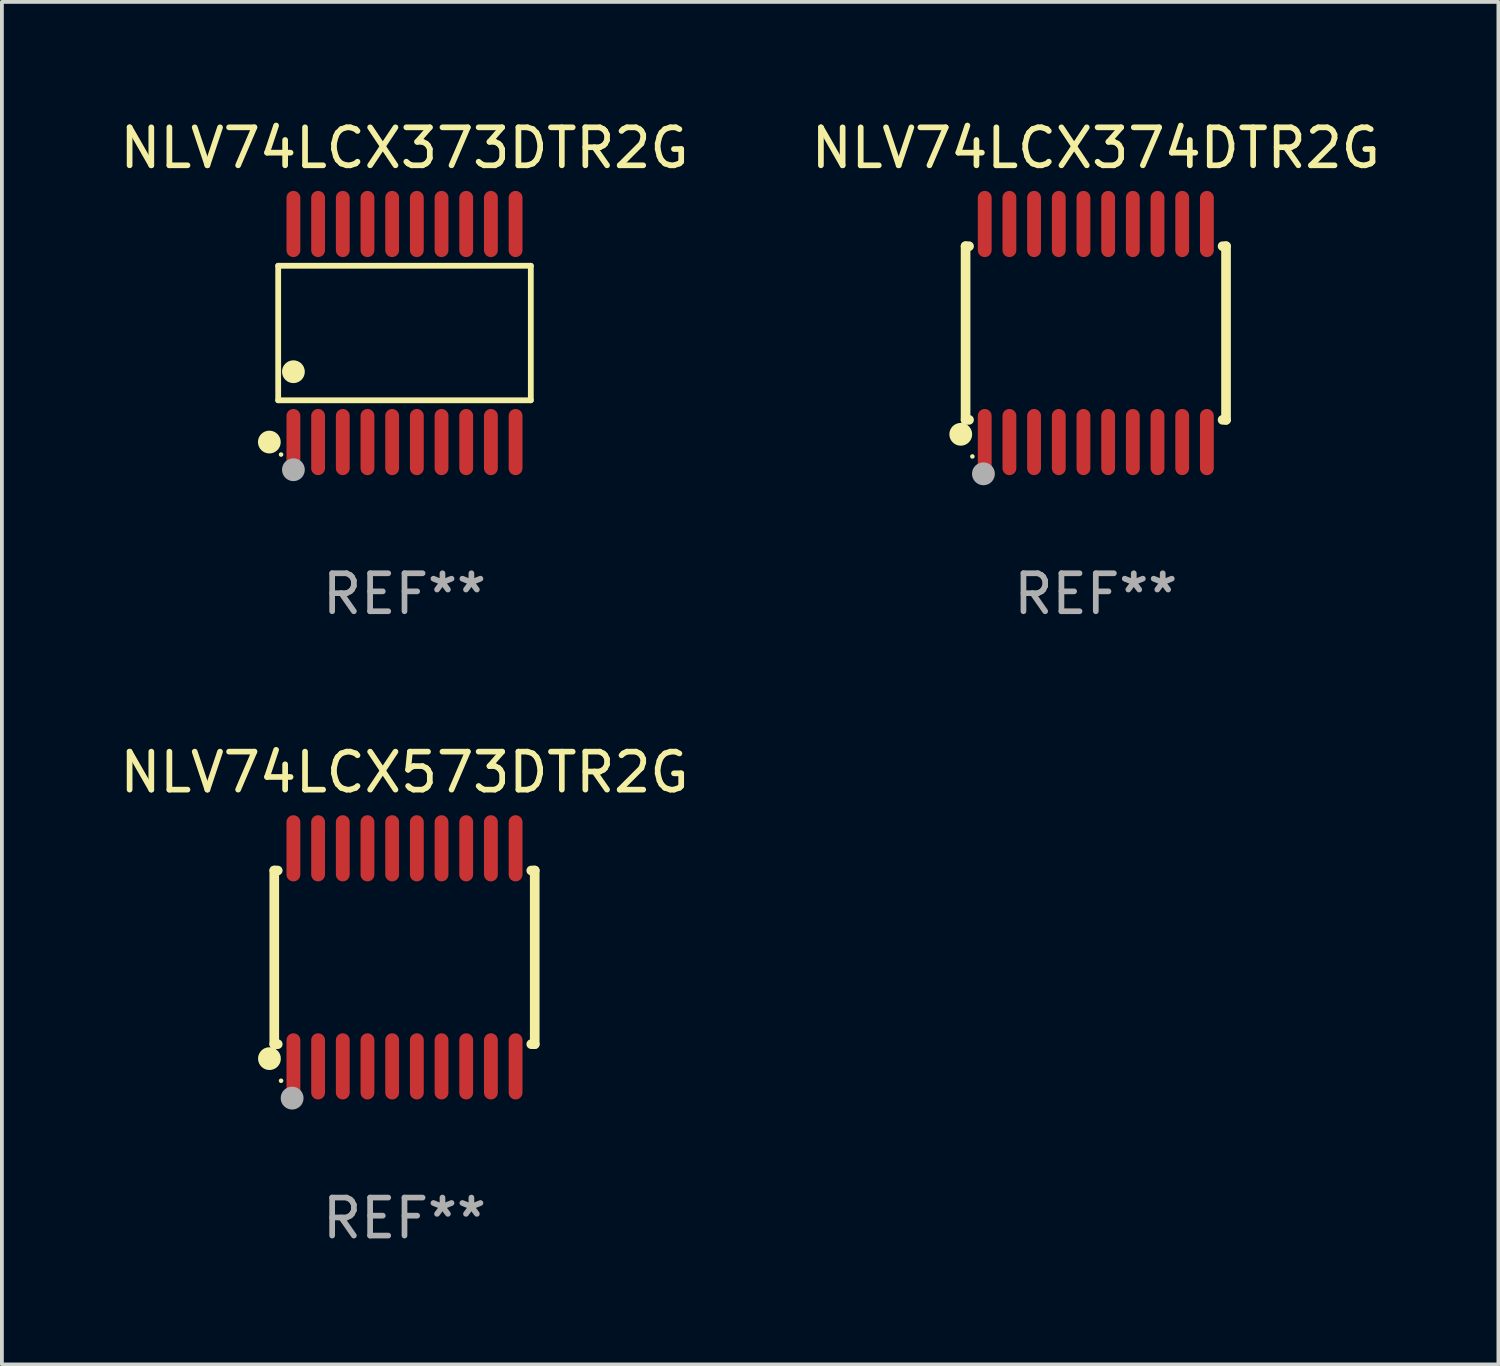
<source format=kicad_pcb>
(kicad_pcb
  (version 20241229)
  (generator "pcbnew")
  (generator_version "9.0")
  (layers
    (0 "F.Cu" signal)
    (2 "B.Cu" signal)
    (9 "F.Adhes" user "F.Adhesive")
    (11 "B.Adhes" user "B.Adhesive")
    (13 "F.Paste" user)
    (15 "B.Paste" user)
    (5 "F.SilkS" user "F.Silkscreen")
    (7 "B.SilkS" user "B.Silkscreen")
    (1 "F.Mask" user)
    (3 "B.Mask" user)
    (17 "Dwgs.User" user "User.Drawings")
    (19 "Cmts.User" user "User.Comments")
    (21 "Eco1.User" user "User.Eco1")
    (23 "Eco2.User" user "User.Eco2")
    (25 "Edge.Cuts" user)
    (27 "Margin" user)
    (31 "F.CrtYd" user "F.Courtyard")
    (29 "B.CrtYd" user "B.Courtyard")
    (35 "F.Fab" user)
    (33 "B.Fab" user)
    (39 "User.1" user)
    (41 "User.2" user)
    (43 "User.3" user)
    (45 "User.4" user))
  (footprint "NLV74LCX374DTR2G"
    (layer "F.Cu")
    (at 25.804 5.719)
    (property "Reference" "NLV74LCX374DTR2G" (at 0 -4.871 0) (layer "F.SilkS") (effects (font (size 1 1) (thickness 0.15))))
    (attr through_hole)
    (fp_line (start -3.429 -2.286) (end -3.429 2.286) (stroke (width 0.254) (type solid)) (layer "F.SilkS"))
    (fp_line (start -3.429 2.286) (end -3.338 2.286) (stroke (width 0.254) (type solid)) (layer "F.SilkS"))
    (fp_line (start -3.338 -2.286) (end -3.429 -2.286) (stroke (width 0.254) (type solid)) (layer "F.SilkS"))
    (fp_line (start 3.338 -2.286) (end 3.429 -2.286) (stroke (width 0.254) (type solid)) (layer "F.SilkS"))
    (fp_line (start 3.429 -2.286) (end 3.429 2.286) (stroke (width 0.254) (type solid)) (layer "F.SilkS"))
    (fp_line (start 3.429 2.286) (end 3.338 2.286) (stroke (width 0.254) (type solid)) (layer "F.SilkS"))
    (fp_circle (center -3.556 2.667) (end -3.406 2.667) (stroke (width 0.3) (type solid)) (fill no) (layer "F.SilkS"))
    (fp_circle (center -3.25 3.25) (end -3.22 3.25) (stroke (width 0.06) (type solid)) (fill no) (layer "F.SilkS"))
    (fp_circle (center -2.959 3.707) (end -2.808 3.707) (stroke (width 0.3) (type solid)) (fill no) (layer "F.Fab"))
    (fp_text user "REF**" (at 0 6.871 0) (layer "F.Fab") (effects (font (size 1 1) (thickness 0.15))))
    (pad "1" smd oval (at -2.925 2.871) (size 0.364 1.742) (layers "F.Cu" "F.Mask" "F.Paste"))
    (pad "2" smd oval (at -2.275 2.871) (size 0.364 1.742) (layers "F.Cu" "F.Mask" "F.Paste"))
    (pad "3" smd oval (at -1.625 2.871) (size 0.364 1.742) (layers "F.Cu" "F.Mask" "F.Paste"))
    (pad "4" smd oval (at -0.975 2.871) (size 0.364 1.742) (layers "F.Cu" "F.Mask" "F.Paste"))
    (pad "5" smd oval (at -0.325 2.871) (size 0.364 1.742) (layers "F.Cu" "F.Mask" "F.Paste"))
    (pad "6" smd oval (at 0.325 2.871) (size 0.364 1.742) (layers "F.Cu" "F.Mask" "F.Paste"))
    (pad "7" smd oval (at 0.975 2.871) (size 0.364 1.742) (layers "F.Cu" "F.Mask" "F.Paste"))
    (pad "8" smd oval (at 1.625 2.871) (size 0.364 1.742) (layers "F.Cu" "F.Mask" "F.Paste"))
    (pad "9" smd oval (at 2.275 2.871) (size 0.364 1.742) (layers "F.Cu" "F.Mask" "F.Paste"))
    (pad "10" smd oval (at 2.925 2.871) (size 0.364 1.742) (layers "F.Cu" "F.Mask" "F.Paste"))
    (pad "11" smd oval (at 2.925 -2.871) (size 0.364 1.742) (layers "F.Cu" "F.Mask" "F.Paste"))
    (pad "12" smd oval (at 2.275 -2.871) (size 0.364 1.742) (layers "F.Cu" "F.Mask" "F.Paste"))
    (pad "13" smd oval (at 1.625 -2.871) (size 0.364 1.742) (layers "F.Cu" "F.Mask" "F.Paste"))
    (pad "14" smd oval (at 0.975 -2.871) (size 0.364 1.742) (layers "F.Cu" "F.Mask" "F.Paste"))
    (pad "15" smd oval (at 0.325 -2.871) (size 0.364 1.742) (layers "F.Cu" "F.Mask" "F.Paste"))
    (pad "16" smd oval (at -0.325 -2.871) (size 0.364 1.742) (layers "F.Cu" "F.Mask" "F.Paste"))
    (pad "17" smd oval (at -0.975 -2.871) (size 0.364 1.742) (layers "F.Cu" "F.Mask" "F.Paste"))
    (pad "18" smd oval (at -1.625 -2.871) (size 0.364 1.742) (layers "F.Cu" "F.Mask" "F.Paste"))
    (pad "19" smd oval (at -2.275 -2.871) (size 0.364 1.742) (layers "F.Cu" "F.Mask" "F.Paste"))
    (pad "20" smd oval (at -2.925 -2.871) (size 0.364 1.742) (layers "F.Cu" "F.Mask" "F.Paste")))
  (footprint "NLV74LCX373DTR2G"
    (layer "F.Cu")
    (at 7.601 5.719)
    (property "Reference" "NLV74LCX373DTR2G" (at 0 -4.871 0) (layer "F.SilkS") (effects (font (size 1 1) (thickness 0.15))))
    (attr through_hole)
    (fp_line (start -3.326 -1.771) (end 3.326 -1.771) (stroke (width 0.152) (type solid)) (layer "F.SilkS"))
    (fp_line (start -3.326 1.771) (end -3.326 -1.771) (stroke (width 0.152) (type solid)) (layer "F.SilkS"))
    (fp_line (start 3.326 -1.771) (end 3.326 1.771) (stroke (width 0.152) (type solid)) (layer "F.SilkS"))
    (fp_line (start 3.326 1.771) (end -3.326 1.771) (stroke (width 0.152) (type solid)) (layer "F.SilkS"))
    (fp_circle (center -3.559 2.871) (end -3.409 2.871) (stroke (width 0.3) (type solid)) (fill no) (layer "F.SilkS"))
    (fp_circle (center -3.25 3.2) (end -3.22 3.2) (stroke (width 0.06) (type solid)) (fill no) (layer "F.SilkS"))
    (fp_circle (center -2.925 1.019) (end -2.775 1.019) (stroke (width 0.3) (type solid)) (fill no) (layer "F.SilkS"))
    (fp_circle (center -2.925 3.6) (end -2.775 3.6) (stroke (width 0.3) (type solid)) (fill no) (layer "F.Fab"))
    (fp_text user "REF**" (at 0 6.871 0) (layer "F.Fab") (effects (font (size 1 1) (thickness 0.15))))
    (pad "1" smd oval (at -2.925 2.871) (size 0.364 1.742) (layers "F.Cu" "F.Mask" "F.Paste"))
    (pad "2" smd oval (at -2.275 2.871) (size 0.364 1.742) (layers "F.Cu" "F.Mask" "F.Paste"))
    (pad "3" smd oval (at -1.625 2.871) (size 0.364 1.742) (layers "F.Cu" "F.Mask" "F.Paste"))
    (pad "4" smd oval (at -0.975 2.871) (size 0.364 1.742) (layers "F.Cu" "F.Mask" "F.Paste"))
    (pad "5" smd oval (at -0.325 2.871) (size 0.364 1.742) (layers "F.Cu" "F.Mask" "F.Paste"))
    (pad "6" smd oval (at 0.325 2.871) (size 0.364 1.742) (layers "F.Cu" "F.Mask" "F.Paste"))
    (pad "7" smd oval (at 0.975 2.871) (size 0.364 1.742) (layers "F.Cu" "F.Mask" "F.Paste"))
    (pad "8" smd oval (at 1.625 2.871) (size 0.364 1.742) (layers "F.Cu" "F.Mask" "F.Paste"))
    (pad "9" smd oval (at 2.275 2.871) (size 0.364 1.742) (layers "F.Cu" "F.Mask" "F.Paste"))
    (pad "10" smd oval (at 2.925 2.871) (size 0.364 1.742) (layers "F.Cu" "F.Mask" "F.Paste"))
    (pad "11" smd oval (at 2.925 -2.871) (size 0.364 1.742) (layers "F.Cu" "F.Mask" "F.Paste"))
    (pad "12" smd oval (at 2.275 -2.871) (size 0.364 1.742) (layers "F.Cu" "F.Mask" "F.Paste"))
    (pad "13" smd oval (at 1.625 -2.871) (size 0.364 1.742) (layers "F.Cu" "F.Mask" "F.Paste"))
    (pad "14" smd oval (at 0.975 -2.871) (size 0.364 1.742) (layers "F.Cu" "F.Mask" "F.Paste"))
    (pad "15" smd oval (at 0.325 -2.871) (size 0.364 1.742) (layers "F.Cu" "F.Mask" "F.Paste"))
    (pad "16" smd oval (at -0.325 -2.871) (size 0.364 1.742) (layers "F.Cu" "F.Mask" "F.Paste"))
    (pad "17" smd oval (at -0.975 -2.871) (size 0.364 1.742) (layers "F.Cu" "F.Mask" "F.Paste"))
    (pad "18" smd oval (at -1.625 -2.871) (size 0.364 1.742) (layers "F.Cu" "F.Mask" "F.Paste"))
    (pad "19" smd oval (at -2.275 -2.871) (size 0.364 1.742) (layers "F.Cu" "F.Mask" "F.Paste"))
    (pad "20" smd oval (at -2.925 -2.871) (size 0.364 1.742) (layers "F.Cu" "F.Mask" "F.Paste")))
  (footprint "NLV74LCX573DTR2G"
    (layer "F.Cu")
    (at 7.601 22.158)
    (property "Reference" "NLV74LCX573DTR2G" (at 0 -4.871 0) (layer "F.SilkS") (effects (font (size 1 1) (thickness 0.15))))
    (attr through_hole)
    (fp_line (start -3.429 -2.286) (end -3.429 2.286) (stroke (width 0.254) (type solid)) (layer "F.SilkS"))
    (fp_line (start -3.429 2.286) (end -3.338 2.286) (stroke (width 0.254) (type solid)) (layer "F.SilkS"))
    (fp_line (start -3.338 -2.286) (end -3.429 -2.286) (stroke (width 0.254) (type solid)) (layer "F.SilkS"))
    (fp_line (start 3.338 -2.286) (end 3.429 -2.286) (stroke (width 0.254) (type solid)) (layer "F.SilkS"))
    (fp_line (start 3.429 -2.286) (end 3.429 2.286) (stroke (width 0.254) (type solid)) (layer "F.SilkS"))
    (fp_line (start 3.429 2.286) (end 3.338 2.286) (stroke (width 0.254) (type solid)) (layer "F.SilkS"))
    (fp_circle (center -3.556 2.667) (end -3.406 2.667) (stroke (width 0.3) (type solid)) (fill no) (layer "F.SilkS"))
    (fp_circle (center -3.25 3.25) (end -3.22 3.25) (stroke (width 0.06) (type solid)) (fill no) (layer "F.SilkS"))
    (fp_circle (center -2.959 3.707) (end -2.808 3.707) (stroke (width 0.3) (type solid)) (fill no) (layer "F.Fab"))
    (fp_text user "REF**" (at 0 6.871 0) (layer "F.Fab") (effects (font (size 1 1) (thickness 0.15))))
    (pad "1" smd oval (at -2.925 2.871) (size 0.364 1.742) (layers "F.Cu" "F.Mask" "F.Paste"))
    (pad "2" smd oval (at -2.275 2.871) (size 0.364 1.742) (layers "F.Cu" "F.Mask" "F.Paste"))
    (pad "3" smd oval (at -1.625 2.871) (size 0.364 1.742) (layers "F.Cu" "F.Mask" "F.Paste"))
    (pad "4" smd oval (at -0.975 2.871) (size 0.364 1.742) (layers "F.Cu" "F.Mask" "F.Paste"))
    (pad "5" smd oval (at -0.325 2.871) (size 0.364 1.742) (layers "F.Cu" "F.Mask" "F.Paste"))
    (pad "6" smd oval (at 0.325 2.871) (size 0.364 1.742) (layers "F.Cu" "F.Mask" "F.Paste"))
    (pad "7" smd oval (at 0.975 2.871) (size 0.364 1.742) (layers "F.Cu" "F.Mask" "F.Paste"))
    (pad "8" smd oval (at 1.625 2.871) (size 0.364 1.742) (layers "F.Cu" "F.Mask" "F.Paste"))
    (pad "9" smd oval (at 2.275 2.871) (size 0.364 1.742) (layers "F.Cu" "F.Mask" "F.Paste"))
    (pad "10" smd oval (at 2.925 2.871) (size 0.364 1.742) (layers "F.Cu" "F.Mask" "F.Paste"))
    (pad "11" smd oval (at 2.925 -2.871) (size 0.364 1.742) (layers "F.Cu" "F.Mask" "F.Paste"))
    (pad "12" smd oval (at 2.275 -2.871) (size 0.364 1.742) (layers "F.Cu" "F.Mask" "F.Paste"))
    (pad "13" smd oval (at 1.625 -2.871) (size 0.364 1.742) (layers "F.Cu" "F.Mask" "F.Paste"))
    (pad "14" smd oval (at 0.975 -2.871) (size 0.364 1.742) (layers "F.Cu" "F.Mask" "F.Paste"))
    (pad "15" smd oval (at 0.325 -2.871) (size 0.364 1.742) (layers "F.Cu" "F.Mask" "F.Paste"))
    (pad "16" smd oval (at -0.325 -2.871) (size 0.364 1.742) (layers "F.Cu" "F.Mask" "F.Paste"))
    (pad "17" smd oval (at -0.975 -2.871) (size 0.364 1.742) (layers "F.Cu" "F.Mask" "F.Paste"))
    (pad "18" smd oval (at -1.625 -2.871) (size 0.364 1.742) (layers "F.Cu" "F.Mask" "F.Paste"))
    (pad "19" smd oval (at -2.275 -2.871) (size 0.364 1.742) (layers "F.Cu" "F.Mask" "F.Paste"))
    (pad "20" smd oval (at -2.925 -2.871) (size 0.364 1.742) (layers "F.Cu" "F.Mask" "F.Paste")))
  (gr_rect
    (start -3 -3)
    (end 36.405 32.877)
    (stroke (width 0.1) (type default))
    (fill no)
    (layer "Edge.Cuts")))
</source>
